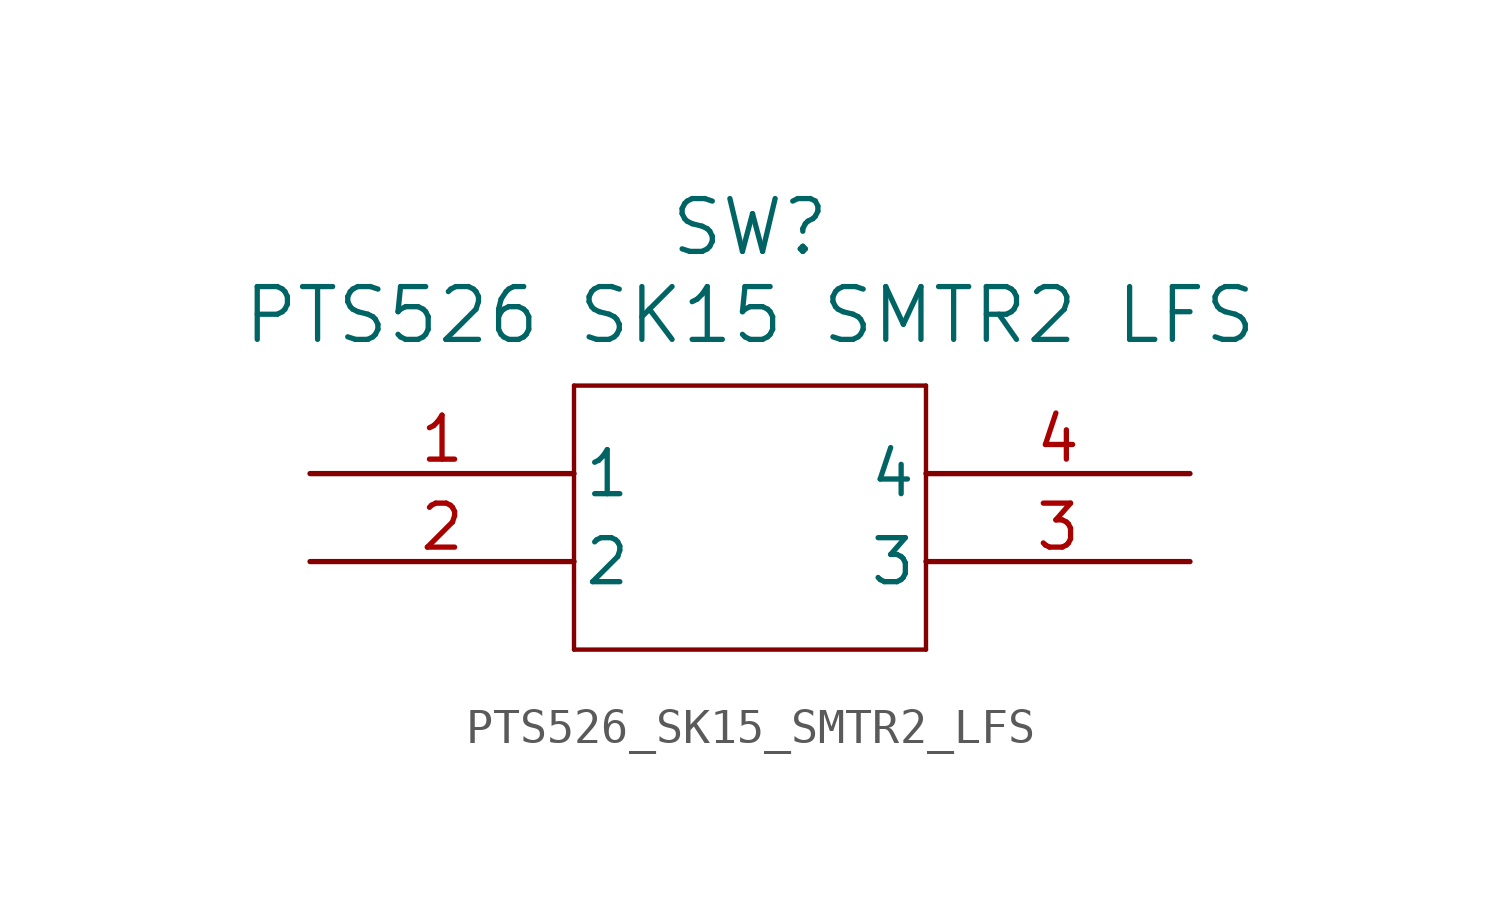
<source format=kicad_sym>
(kicad_symbol_lib
  (version 20241209)
  (generator "kicad_symbol_editor")
  (generator_version "9.0")
  (symbol "PTS526_SK15_SMTR2_LFS"
    (pin_names
      (offset 0.254))
    (property "Reference" "SW"
      (at 20.32 7.112 0)
      (effects (font (size 1.524 1.524))))
    (property "Value" "PTS526 SK15 SMTR2 LFS"
      (at 20.32 4.572 0)
      (effects (font (size 1.524 1.524))))
    (symbol "PTS526_SK15_SMTR2_LFS_0_1"
      (polyline (pts (xy 15.24 2.54) (xy 15.24 -5.08)) (stroke (width 0.127) (type default)) (fill (type none)))
      (polyline (pts (xy 15.24 -5.08) (xy 25.4 -5.08)) (stroke (width 0.127) (type default)) (fill (type none)))
      (polyline (pts (xy 25.4 2.54) (xy 15.24 2.54)) (stroke (width 0.127) (type default)) (fill (type none)))
      (polyline (pts (xy 25.4 -5.08) (xy 25.4 2.54)) (stroke (width 0.127) (type default)) (fill (type none)))
      (pin unspecified line (at 7.62 0 0) (length 7.62) (name "1" (effects (font (size 1.27 1.27)))) (number "1" (effects (font (size 1.27 1.27)))))
      (pin unspecified line (at 7.62 -2.54 0) (length 7.62) (name "2" (effects (font (size 1.27 1.27)))) (number "2" (effects (font (size 1.27 1.27)))))
      (pin unspecified line (at 33.02 0 180) (length 7.62) (name "4" (effects (font (size 1.27 1.27)))) (number "4" (effects (font (size 1.27 1.27)))))
      (pin unspecified line (at 33.02 -2.54 180) (length 7.62) (name "3" (effects (font (size 1.27 1.27)))) (number "3" (effects (font (size 1.27 1.27))))))))
</source>
